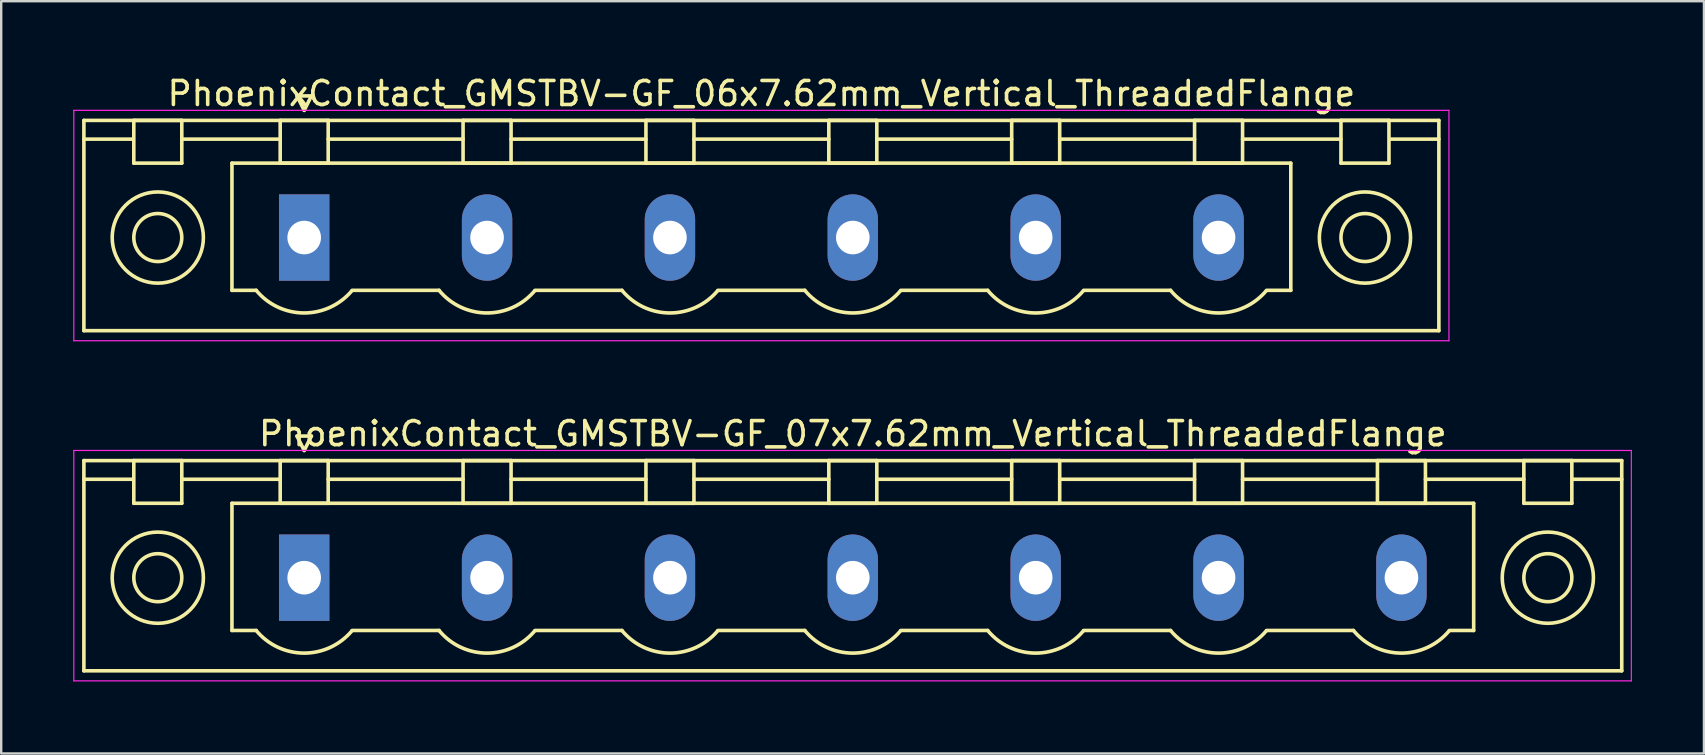
<source format=kicad_pcb>
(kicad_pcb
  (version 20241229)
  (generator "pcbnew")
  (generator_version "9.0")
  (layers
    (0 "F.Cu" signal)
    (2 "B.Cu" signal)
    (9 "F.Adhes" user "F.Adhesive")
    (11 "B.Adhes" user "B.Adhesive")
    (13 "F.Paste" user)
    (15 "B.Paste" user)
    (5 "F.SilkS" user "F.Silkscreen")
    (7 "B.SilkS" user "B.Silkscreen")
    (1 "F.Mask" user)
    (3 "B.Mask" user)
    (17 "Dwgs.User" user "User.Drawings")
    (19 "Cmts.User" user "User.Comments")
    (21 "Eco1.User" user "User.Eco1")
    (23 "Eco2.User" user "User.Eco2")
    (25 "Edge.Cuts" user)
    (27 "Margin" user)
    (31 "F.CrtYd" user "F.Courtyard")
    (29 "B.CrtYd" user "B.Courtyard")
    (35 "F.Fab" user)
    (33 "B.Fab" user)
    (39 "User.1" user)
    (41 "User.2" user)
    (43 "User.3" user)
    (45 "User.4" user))
  (footprint "PhoenixContact_GMSTBV-GF_07x7.62mm_Vertical_ThreadedFlange"
    (layer "F.Cu")
    (at 9.625 21.021)
    (property "Reference" "PhoenixContact_GMSTBV-GF_07x7.62mm_Vertical_ThreadedFlange" (at 22.86 -6 0) (layer "F.SilkS") (effects (font (size 1 1) (thickness 0.15))))
    (attr through_hole)
    (fp_line (start -9.18 -4.88) (end -9.18 3.88) (stroke (width 0.15) (type solid)) (layer "F.SilkS"))
    (fp_line (start -9.18 -4.1) (end -7.18 -4.1) (stroke (width 0.15) (type solid)) (layer "F.SilkS"))
    (fp_line (start -9.18 3.88) (end 54.9 3.88) (stroke (width 0.15) (type solid)) (layer "F.SilkS"))
    (fp_line (start -7.1 -4.88) (end -5.1 -4.88) (stroke (width 0.15) (type solid)) (layer "F.SilkS"))
    (fp_line (start -7.1 -3.1) (end -7.1 -4.88) (stroke (width 0.15) (type solid)) (layer "F.SilkS"))
    (fp_line (start -5.1 -4.88) (end -5.1 -3.1) (stroke (width 0.15) (type solid)) (layer "F.SilkS"))
    (fp_line (start -5.1 -4.1) (end -1 -4.1) (stroke (width 0.15) (type solid)) (layer "F.SilkS"))
    (fp_line (start -5.1 -3.1) (end -7.1 -3.1) (stroke (width 0.15) (type solid)) (layer "F.SilkS"))
    (fp_line (start -3.01 -3.1) (end 48.73 -3.1) (stroke (width 0.15) (type solid)) (layer "F.SilkS"))
    (fp_line (start -3.01 2.2) (end -3.01 -3.1) (stroke (width 0.15) (type solid)) (layer "F.SilkS"))
    (fp_line (start -2 2.2) (end -3.01 2.2) (stroke (width 0.15) (type solid)) (layer "F.SilkS"))
    (fp_line (start -1 -4.88) (end 1 -4.88) (stroke (width 0.15) (type solid)) (layer "F.SilkS"))
    (fp_line (start -1 -3.1) (end -1 -4.88) (stroke (width 0.15) (type solid)) (layer "F.SilkS"))
    (fp_line (start -0.3 -5.9) (end 0 -5.3) (stroke (width 0.15) (type solid)) (layer "F.SilkS"))
    (fp_line (start 0 -5.3) (end 0.3 -5.9) (stroke (width 0.15) (type solid)) (layer "F.SilkS"))
    (fp_line (start 0.3 -5.9) (end -0.3 -5.9) (stroke (width 0.15) (type solid)) (layer "F.SilkS"))
    (fp_line (start 1 -4.88) (end 1 -3.1) (stroke (width 0.15) (type solid)) (layer "F.SilkS"))
    (fp_line (start 1 -4.1) (end 6.62 -4.1) (stroke (width 0.15) (type solid)) (layer "F.SilkS"))
    (fp_line (start 1 -3.1) (end -1 -3.1) (stroke (width 0.15) (type solid)) (layer "F.SilkS"))
    (fp_line (start 2 2.2) (end 5.62 2.2) (stroke (width 0.15) (type solid)) (layer "F.SilkS"))
    (fp_line (start 6.62 -4.88) (end 8.62 -4.88) (stroke (width 0.15) (type solid)) (layer "F.SilkS"))
    (fp_line (start 6.62 -3.1) (end 6.62 -4.88) (stroke (width 0.15) (type solid)) (layer "F.SilkS"))
    (fp_line (start 8.62 -4.88) (end 8.62 -3.1) (stroke (width 0.15) (type solid)) (layer "F.SilkS"))
    (fp_line (start 8.62 -4.1) (end 14.24 -4.1) (stroke (width 0.15) (type solid)) (layer "F.SilkS"))
    (fp_line (start 8.62 -3.1) (end 6.62 -3.1) (stroke (width 0.15) (type solid)) (layer "F.SilkS"))
    (fp_line (start 9.62 2.2) (end 13.24 2.2) (stroke (width 0.15) (type solid)) (layer "F.SilkS"))
    (fp_line (start 14.24 -4.88) (end 16.24 -4.88) (stroke (width 0.15) (type solid)) (layer "F.SilkS"))
    (fp_line (start 14.24 -3.1) (end 14.24 -4.88) (stroke (width 0.15) (type solid)) (layer "F.SilkS"))
    (fp_line (start 16.24 -4.88) (end 16.24 -3.1) (stroke (width 0.15) (type solid)) (layer "F.SilkS"))
    (fp_line (start 16.24 -4.1) (end 21.86 -4.1) (stroke (width 0.15) (type solid)) (layer "F.SilkS"))
    (fp_line (start 16.24 -3.1) (end 14.24 -3.1) (stroke (width 0.15) (type solid)) (layer "F.SilkS"))
    (fp_line (start 17.24 2.2) (end 20.86 2.2) (stroke (width 0.15) (type solid)) (layer "F.SilkS"))
    (fp_line (start 21.86 -4.88) (end 23.86 -4.88) (stroke (width 0.15) (type solid)) (layer "F.SilkS"))
    (fp_line (start 21.86 -3.1) (end 21.86 -4.88) (stroke (width 0.15) (type solid)) (layer "F.SilkS"))
    (fp_line (start 23.86 -4.88) (end 23.86 -3.1) (stroke (width 0.15) (type solid)) (layer "F.SilkS"))
    (fp_line (start 23.86 -4.1) (end 29.48 -4.1) (stroke (width 0.15) (type solid)) (layer "F.SilkS"))
    (fp_line (start 23.86 -3.1) (end 21.86 -3.1) (stroke (width 0.15) (type solid)) (layer "F.SilkS"))
    (fp_line (start 24.86 2.2) (end 28.48 2.2) (stroke (width 0.15) (type solid)) (layer "F.SilkS"))
    (fp_line (start 29.48 -4.88) (end 31.48 -4.88) (stroke (width 0.15) (type solid)) (layer "F.SilkS"))
    (fp_line (start 29.48 -3.1) (end 29.48 -4.88) (stroke (width 0.15) (type solid)) (layer "F.SilkS"))
    (fp_line (start 31.48 -4.88) (end 31.48 -3.1) (stroke (width 0.15) (type solid)) (layer "F.SilkS"))
    (fp_line (start 31.48 -4.1) (end 37.1 -4.1) (stroke (width 0.15) (type solid)) (layer "F.SilkS"))
    (fp_line (start 31.48 -3.1) (end 29.48 -3.1) (stroke (width 0.15) (type solid)) (layer "F.SilkS"))
    (fp_line (start 32.48 2.2) (end 36.1 2.2) (stroke (width 0.15) (type solid)) (layer "F.SilkS"))
    (fp_line (start 37.1 -4.88) (end 39.1 -4.88) (stroke (width 0.15) (type solid)) (layer "F.SilkS"))
    (fp_line (start 37.1 -3.1) (end 37.1 -4.88) (stroke (width 0.15) (type solid)) (layer "F.SilkS"))
    (fp_line (start 39.1 -4.88) (end 39.1 -3.1) (stroke (width 0.15) (type solid)) (layer "F.SilkS"))
    (fp_line (start 39.1 -4.1) (end 44.72 -4.1) (stroke (width 0.15) (type solid)) (layer "F.SilkS"))
    (fp_line (start 39.1 -3.1) (end 37.1 -3.1) (stroke (width 0.15) (type solid)) (layer "F.SilkS"))
    (fp_line (start 40.1 2.2) (end 43.72 2.2) (stroke (width 0.15) (type solid)) (layer "F.SilkS"))
    (fp_line (start 44.72 -4.88) (end 46.72 -4.88) (stroke (width 0.15) (type solid)) (layer "F.SilkS"))
    (fp_line (start 44.72 -3.1) (end 44.72 -4.88) (stroke (width 0.15) (type solid)) (layer "F.SilkS"))
    (fp_line (start 46.72 -4.88) (end 46.72 -3.1) (stroke (width 0.15) (type solid)) (layer "F.SilkS"))
    (fp_line (start 46.72 -4.1) (end 50.82 -4.1) (stroke (width 0.15) (type solid)) (layer "F.SilkS"))
    (fp_line (start 46.72 -3.1) (end 44.72 -3.1) (stroke (width 0.15) (type solid)) (layer "F.SilkS"))
    (fp_line (start 48.73 -3.1) (end 48.73 2.2) (stroke (width 0.15) (type solid)) (layer "F.SilkS"))
    (fp_line (start 48.73 2.2) (end 47.72 2.2) (stroke (width 0.15) (type solid)) (layer "F.SilkS"))
    (fp_line (start 50.82 -4.88) (end 52.82 -4.88) (stroke (width 0.15) (type solid)) (layer "F.SilkS"))
    (fp_line (start 50.82 -3.1) (end 50.82 -4.88) (stroke (width 0.15) (type solid)) (layer "F.SilkS"))
    (fp_line (start 52.82 -4.88) (end 52.82 -3.1) (stroke (width 0.15) (type solid)) (layer "F.SilkS"))
    (fp_line (start 52.82 -3.1) (end 50.82 -3.1) (stroke (width 0.15) (type solid)) (layer "F.SilkS"))
    (fp_line (start 54.9 -4.88) (end -9.18 -4.88) (stroke (width 0.15) (type solid)) (layer "F.SilkS"))
    (fp_line (start 54.9 -4.1) (end 52.9 -4.1) (stroke (width 0.15) (type solid)) (layer "F.SilkS"))
    (fp_line (start 54.9 3.88) (end 54.9 -4.88) (stroke (width 0.15) (type solid)) (layer "F.SilkS"))
    (fp_arc (start 1.986842 2.215821) (mid -0.010289 3.142758) (end -2 2.2) (stroke (width 0.15) (type solid)) (layer "F.SilkS"))
    (fp_arc (start 9.606842 2.215821) (mid 7.609711 3.142758) (end 5.62 2.2) (stroke (width 0.15) (type solid)) (layer "F.SilkS"))
    (fp_arc (start 17.226842 2.215821) (mid 15.229711 3.142758) (end 13.24 2.2) (stroke (width 0.15) (type solid)) (layer "F.SilkS"))
    (fp_arc (start 24.846842 2.215821) (mid 22.849711 3.142758) (end 20.86 2.2) (stroke (width 0.15) (type solid)) (layer "F.SilkS"))
    (fp_arc (start 32.466842 2.215821) (mid 30.469711 3.142758) (end 28.48 2.2) (stroke (width 0.15) (type solid)) (layer "F.SilkS"))
    (fp_arc (start 40.086842 2.215821) (mid 38.089711 3.142758) (end 36.1 2.2) (stroke (width 0.15) (type solid)) (layer "F.SilkS"))
    (fp_arc (start 47.706842 2.215821) (mid 45.709711 3.142758) (end 43.72 2.2) (stroke (width 0.15) (type solid)) (layer "F.SilkS"))
    (fp_circle (center -6.1 0) (end -5.1 0) (stroke (width 0.15) (type solid)) (fill no) (layer "F.SilkS"))
    (fp_circle (center -6.1 0) (end -4.2 0) (stroke (width 0.15) (type solid)) (fill no) (layer "F.SilkS"))
    (fp_circle (center 51.82 0) (end 52.82 0) (stroke (width 0.15) (type solid)) (fill no) (layer "F.SilkS"))
    (fp_circle (center 51.82 0) (end 53.72 0) (stroke (width 0.15) (type solid)) (fill no) (layer "F.SilkS"))
    (fp_line (start -9.6 -5.3) (end -9.6 4.3) (stroke (width 0.05) (type solid)) (layer "F.CrtYd"))
    (fp_line (start -9.6 4.3) (end 55.3 4.3) (stroke (width 0.05) (type solid)) (layer "F.CrtYd"))
    (fp_line (start 55.3 -5.3) (end -9.6 -5.3) (stroke (width 0.05) (type solid)) (layer "F.CrtYd"))
    (fp_line (start 55.3 4.3) (end 55.3 -5.3) (stroke (width 0.05) (type solid)) (layer "F.CrtYd"))
    (pad "1" thru_hole rect (at 0 0) (size 2.1 3.6) (drill 1.4) (layers "*.Cu" "*.Mask"))
    (pad "2" thru_hole oval (at 7.62 0) (size 2.1 3.6) (drill 1.4) (layers "*.Cu" "*.Mask"))
    (pad "3" thru_hole oval (at 15.24 0) (size 2.1 3.6) (drill 1.4) (layers "*.Cu" "*.Mask"))
    (pad "4" thru_hole oval (at 22.86 0) (size 2.1 3.6) (drill 1.4) (layers "*.Cu" "*.Mask"))
    (pad "5" thru_hole oval (at 30.48 0) (size 2.1 3.6) (drill 1.4) (layers "*.Cu" "*.Mask"))
    (pad "6" thru_hole oval (at 38.1 0) (size 2.1 3.6) (drill 1.4) (layers "*.Cu" "*.Mask"))
    (pad "7" thru_hole oval (at 45.72 0) (size 2.1 3.6) (drill 1.4) (layers "*.Cu" "*.Mask")))
  (footprint "PhoenixContact_GMSTBV-GF_06x7.62mm_Vertical_ThreadedFlange"
    (layer "F.Cu")
    (at 9.625 6.848)
    (property "Reference" "PhoenixContact_GMSTBV-GF_06x7.62mm_Vertical_ThreadedFlange" (at 19.05 -6 0) (layer "F.SilkS") (effects (font (size 1 1) (thickness 0.15))))
    (attr through_hole)
    (fp_line (start -9.18 -4.88) (end -9.18 3.88) (stroke (width 0.15) (type solid)) (layer "F.SilkS"))
    (fp_line (start -9.18 -4.1) (end -7.18 -4.1) (stroke (width 0.15) (type solid)) (layer "F.SilkS"))
    (fp_line (start -9.18 3.88) (end 47.28 3.88) (stroke (width 0.15) (type solid)) (layer "F.SilkS"))
    (fp_line (start -7.1 -4.88) (end -5.1 -4.88) (stroke (width 0.15) (type solid)) (layer "F.SilkS"))
    (fp_line (start -7.1 -3.1) (end -7.1 -4.88) (stroke (width 0.15) (type solid)) (layer "F.SilkS"))
    (fp_line (start -5.1 -4.88) (end -5.1 -3.1) (stroke (width 0.15) (type solid)) (layer "F.SilkS"))
    (fp_line (start -5.1 -4.1) (end -1 -4.1) (stroke (width 0.15) (type solid)) (layer "F.SilkS"))
    (fp_line (start -5.1 -3.1) (end -7.1 -3.1) (stroke (width 0.15) (type solid)) (layer "F.SilkS"))
    (fp_line (start -3.01 -3.1) (end 41.11 -3.1) (stroke (width 0.15) (type solid)) (layer "F.SilkS"))
    (fp_line (start -3.01 2.2) (end -3.01 -3.1) (stroke (width 0.15) (type solid)) (layer "F.SilkS"))
    (fp_line (start -2 2.2) (end -3.01 2.2) (stroke (width 0.15) (type solid)) (layer "F.SilkS"))
    (fp_line (start -1 -4.88) (end 1 -4.88) (stroke (width 0.15) (type solid)) (layer "F.SilkS"))
    (fp_line (start -1 -3.1) (end -1 -4.88) (stroke (width 0.15) (type solid)) (layer "F.SilkS"))
    (fp_line (start -0.3 -5.9) (end 0 -5.3) (stroke (width 0.15) (type solid)) (layer "F.SilkS"))
    (fp_line (start 0 -5.3) (end 0.3 -5.9) (stroke (width 0.15) (type solid)) (layer "F.SilkS"))
    (fp_line (start 0.3 -5.9) (end -0.3 -5.9) (stroke (width 0.15) (type solid)) (layer "F.SilkS"))
    (fp_line (start 1 -4.88) (end 1 -3.1) (stroke (width 0.15) (type solid)) (layer "F.SilkS"))
    (fp_line (start 1 -4.1) (end 6.62 -4.1) (stroke (width 0.15) (type solid)) (layer "F.SilkS"))
    (fp_line (start 1 -3.1) (end -1 -3.1) (stroke (width 0.15) (type solid)) (layer "F.SilkS"))
    (fp_line (start 2 2.2) (end 5.62 2.2) (stroke (width 0.15) (type solid)) (layer "F.SilkS"))
    (fp_line (start 6.62 -4.88) (end 8.62 -4.88) (stroke (width 0.15) (type solid)) (layer "F.SilkS"))
    (fp_line (start 6.62 -3.1) (end 6.62 -4.88) (stroke (width 0.15) (type solid)) (layer "F.SilkS"))
    (fp_line (start 8.62 -4.88) (end 8.62 -3.1) (stroke (width 0.15) (type solid)) (layer "F.SilkS"))
    (fp_line (start 8.62 -4.1) (end 14.24 -4.1) (stroke (width 0.15) (type solid)) (layer "F.SilkS"))
    (fp_line (start 8.62 -3.1) (end 6.62 -3.1) (stroke (width 0.15) (type solid)) (layer "F.SilkS"))
    (fp_line (start 9.62 2.2) (end 13.24 2.2) (stroke (width 0.15) (type solid)) (layer "F.SilkS"))
    (fp_line (start 14.24 -4.88) (end 16.24 -4.88) (stroke (width 0.15) (type solid)) (layer "F.SilkS"))
    (fp_line (start 14.24 -3.1) (end 14.24 -4.88) (stroke (width 0.15) (type solid)) (layer "F.SilkS"))
    (fp_line (start 16.24 -4.88) (end 16.24 -3.1) (stroke (width 0.15) (type solid)) (layer "F.SilkS"))
    (fp_line (start 16.24 -4.1) (end 21.86 -4.1) (stroke (width 0.15) (type solid)) (layer "F.SilkS"))
    (fp_line (start 16.24 -3.1) (end 14.24 -3.1) (stroke (width 0.15) (type solid)) (layer "F.SilkS"))
    (fp_line (start 17.24 2.2) (end 20.86 2.2) (stroke (width 0.15) (type solid)) (layer "F.SilkS"))
    (fp_line (start 21.86 -4.88) (end 23.86 -4.88) (stroke (width 0.15) (type solid)) (layer "F.SilkS"))
    (fp_line (start 21.86 -3.1) (end 21.86 -4.88) (stroke (width 0.15) (type solid)) (layer "F.SilkS"))
    (fp_line (start 23.86 -4.88) (end 23.86 -3.1) (stroke (width 0.15) (type solid)) (layer "F.SilkS"))
    (fp_line (start 23.86 -4.1) (end 29.48 -4.1) (stroke (width 0.15) (type solid)) (layer "F.SilkS"))
    (fp_line (start 23.86 -3.1) (end 21.86 -3.1) (stroke (width 0.15) (type solid)) (layer "F.SilkS"))
    (fp_line (start 24.86 2.2) (end 28.48 2.2) (stroke (width 0.15) (type solid)) (layer "F.SilkS"))
    (fp_line (start 29.48 -4.88) (end 31.48 -4.88) (stroke (width 0.15) (type solid)) (layer "F.SilkS"))
    (fp_line (start 29.48 -3.1) (end 29.48 -4.88) (stroke (width 0.15) (type solid)) (layer "F.SilkS"))
    (fp_line (start 31.48 -4.88) (end 31.48 -3.1) (stroke (width 0.15) (type solid)) (layer "F.SilkS"))
    (fp_line (start 31.48 -4.1) (end 37.1 -4.1) (stroke (width 0.15) (type solid)) (layer "F.SilkS"))
    (fp_line (start 31.48 -3.1) (end 29.48 -3.1) (stroke (width 0.15) (type solid)) (layer "F.SilkS"))
    (fp_line (start 32.48 2.2) (end 36.1 2.2) (stroke (width 0.15) (type solid)) (layer "F.SilkS"))
    (fp_line (start 37.1 -4.88) (end 39.1 -4.88) (stroke (width 0.15) (type solid)) (layer "F.SilkS"))
    (fp_line (start 37.1 -3.1) (end 37.1 -4.88) (stroke (width 0.15) (type solid)) (layer "F.SilkS"))
    (fp_line (start 39.1 -4.88) (end 39.1 -3.1) (stroke (width 0.15) (type solid)) (layer "F.SilkS"))
    (fp_line (start 39.1 -4.1) (end 43.2 -4.1) (stroke (width 0.15) (type solid)) (layer "F.SilkS"))
    (fp_line (start 39.1 -3.1) (end 37.1 -3.1) (stroke (width 0.15) (type solid)) (layer "F.SilkS"))
    (fp_line (start 41.11 -3.1) (end 41.11 2.2) (stroke (width 0.15) (type solid)) (layer "F.SilkS"))
    (fp_line (start 41.11 2.2) (end 40.1 2.2) (stroke (width 0.15) (type solid)) (layer "F.SilkS"))
    (fp_line (start 43.2 -4.88) (end 45.2 -4.88) (stroke (width 0.15) (type solid)) (layer "F.SilkS"))
    (fp_line (start 43.2 -3.1) (end 43.2 -4.88) (stroke (width 0.15) (type solid)) (layer "F.SilkS"))
    (fp_line (start 45.2 -4.88) (end 45.2 -3.1) (stroke (width 0.15) (type solid)) (layer "F.SilkS"))
    (fp_line (start 45.2 -3.1) (end 43.2 -3.1) (stroke (width 0.15) (type solid)) (layer "F.SilkS"))
    (fp_line (start 47.28 -4.88) (end -9.18 -4.88) (stroke (width 0.15) (type solid)) (layer "F.SilkS"))
    (fp_line (start 47.28 -4.1) (end 45.28 -4.1) (stroke (width 0.15) (type solid)) (layer "F.SilkS"))
    (fp_line (start 47.28 3.88) (end 47.28 -4.88) (stroke (width 0.15) (type solid)) (layer "F.SilkS"))
    (fp_arc (start 1.986842 2.215821) (mid -0.010289 3.142758) (end -2 2.2) (stroke (width 0.15) (type solid)) (layer "F.SilkS"))
    (fp_arc (start 9.606842 2.215821) (mid 7.609711 3.142758) (end 5.62 2.2) (stroke (width 0.15) (type solid)) (layer "F.SilkS"))
    (fp_arc (start 17.226842 2.215821) (mid 15.229711 3.142758) (end 13.24 2.2) (stroke (width 0.15) (type solid)) (layer "F.SilkS"))
    (fp_arc (start 24.846842 2.215821) (mid 22.849711 3.142758) (end 20.86 2.2) (stroke (width 0.15) (type solid)) (layer "F.SilkS"))
    (fp_arc (start 32.466842 2.215821) (mid 30.469711 3.142758) (end 28.48 2.2) (stroke (width 0.15) (type solid)) (layer "F.SilkS"))
    (fp_arc (start 40.086842 2.215821) (mid 38.089711 3.142758) (end 36.1 2.2) (stroke (width 0.15) (type solid)) (layer "F.SilkS"))
    (fp_circle (center -6.1 0) (end -5.1 0) (stroke (width 0.15) (type solid)) (fill no) (layer "F.SilkS"))
    (fp_circle (center -6.1 0) (end -4.2 0) (stroke (width 0.15) (type solid)) (fill no) (layer "F.SilkS"))
    (fp_circle (center 44.2 0) (end 45.2 0) (stroke (width 0.15) (type solid)) (fill no) (layer "F.SilkS"))
    (fp_circle (center 44.2 0) (end 46.1 0) (stroke (width 0.15) (type solid)) (fill no) (layer "F.SilkS"))
    (fp_line (start -9.6 -5.3) (end -9.6 4.3) (stroke (width 0.05) (type solid)) (layer "F.CrtYd"))
    (fp_line (start -9.6 4.3) (end 47.7 4.3) (stroke (width 0.05) (type solid)) (layer "F.CrtYd"))
    (fp_line (start 47.7 -5.3) (end -9.6 -5.3) (stroke (width 0.05) (type solid)) (layer "F.CrtYd"))
    (fp_line (start 47.7 4.3) (end 47.7 -5.3) (stroke (width 0.05) (type solid)) (layer "F.CrtYd"))
    (pad "1" thru_hole rect (at 0 0) (size 2.1 3.6) (drill 1.4) (layers "*.Cu" "*.Mask"))
    (pad "2" thru_hole oval (at 7.62 0) (size 2.1 3.6) (drill 1.4) (layers "*.Cu" "*.Mask"))
    (pad "3" thru_hole oval (at 15.24 0) (size 2.1 3.6) (drill 1.4) (layers "*.Cu" "*.Mask"))
    (pad "4" thru_hole oval (at 22.86 0) (size 2.1 3.6) (drill 1.4) (layers "*.Cu" "*.Mask"))
    (pad "5" thru_hole oval (at 30.48 0) (size 2.1 3.6) (drill 1.4) (layers "*.Cu" "*.Mask"))
    (pad "6" thru_hole oval (at 38.1 0) (size 2.1 3.6) (drill 1.4) (layers "*.Cu" "*.Mask")))
  (gr_rect
    (start -3 -3)
    (end 67.95 28.346)
    (stroke (width 0.1) (type default))
    (fill no)
    (layer "Edge.Cuts")))
</source>
